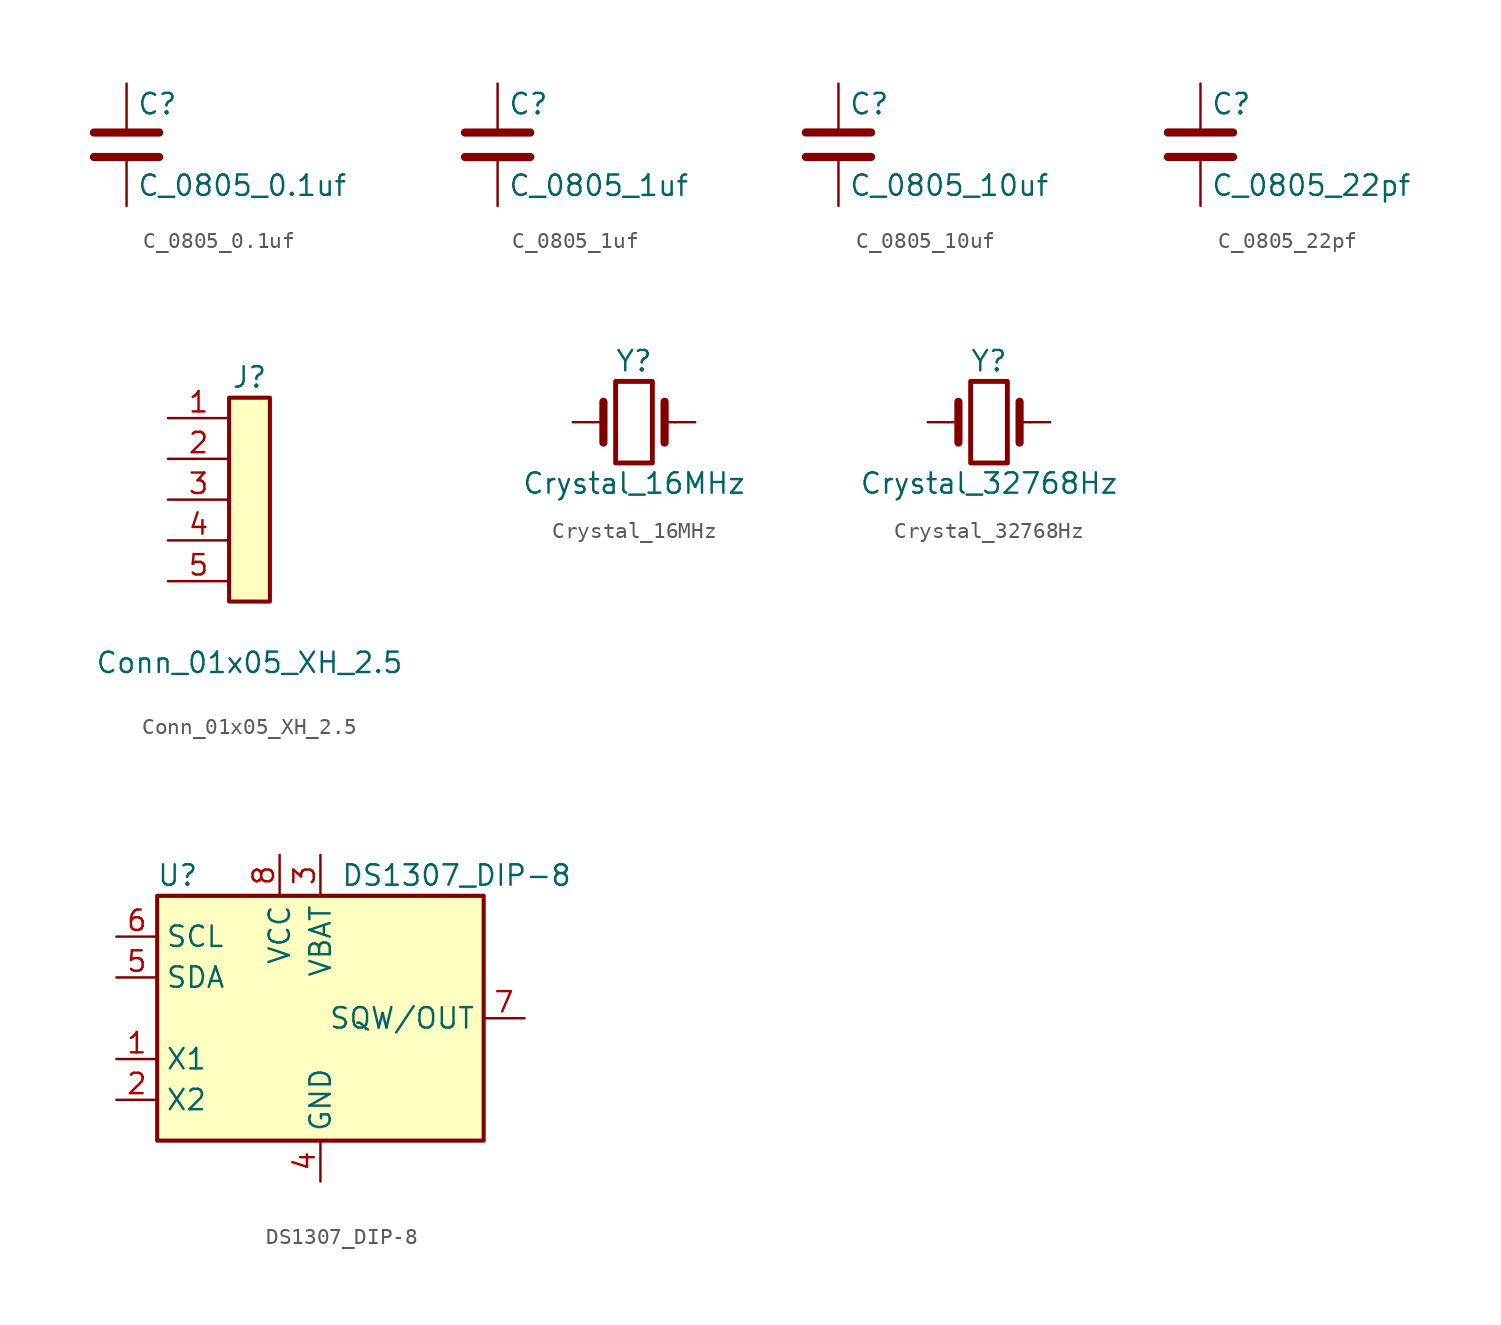
<source format=kicad_sym>
(kicad_symbol_lib
  (version 20211014)
  (generator kicad_symbol_editor)
  (symbol "C_0805_0.1uf"
    (pin_numbers hide)
    (pin_names
      (offset 0.254))
    (property "Reference" "C"
      (at 0.635 2.54 0)
      (effects (font (size 1.27 1.27)) (justify left)))
    (property "Value" "C_0805_0.1uf"
      (at 0.635 -2.54 0)
      (effects (font (size 1.27 1.27)) (justify left)))
    (symbol "C_0805_0.1uf_0_1"
      (polyline (pts (xy -2.032 -0.762) (xy 2.032 -0.762)) (stroke (width 0.508) (type default) (color 0 0 0 0)) (fill (type none)))
      (polyline (pts (xy -2.032 0.762) (xy 2.032 0.762)) (stroke (width 0.508) (type default) (color 0 0 0 0)) (fill (type none))))
    (symbol "C_0805_0.1uf_1_1"
      (pin passive line (at 0 3.81 270) (length 2.794) (name "~" (effects (font (size 1.27 1.27)))) (number "1" (effects (font (size 1.27 1.27)))))
      (pin passive line (at 0 -3.81 90) (length 2.794) (name "~" (effects (font (size 1.27 1.27)))) (number "2" (effects (font (size 1.27 1.27)))))))
  (symbol "C_0805_1uf"
    (pin_numbers hide)
    (pin_names
      (offset 0.254))
    (property "Reference" "C"
      (at 0.635 2.54 0)
      (effects (font (size 1.27 1.27)) (justify left)))
    (property "Value" "C_0805_1uf"
      (at 0.635 -2.54 0)
      (effects (font (size 1.27 1.27)) (justify left)))
    (symbol "C_0805_1uf_0_1"
      (polyline (pts (xy -2.032 -0.762) (xy 2.032 -0.762)) (stroke (width 0.508) (type default) (color 0 0 0 0)) (fill (type none)))
      (polyline (pts (xy -2.032 0.762) (xy 2.032 0.762)) (stroke (width 0.508) (type default) (color 0 0 0 0)) (fill (type none))))
    (symbol "C_0805_1uf_1_1"
      (pin passive line (at 0 3.81 270) (length 2.794) (name "~" (effects (font (size 1.27 1.27)))) (number "1" (effects (font (size 1.27 1.27)))))
      (pin passive line (at 0 -3.81 90) (length 2.794) (name "~" (effects (font (size 1.27 1.27)))) (number "2" (effects (font (size 1.27 1.27)))))))
  (symbol "C_0805_10uf"
    (pin_numbers hide)
    (pin_names
      (offset 0.254))
    (property "Reference" "C"
      (at 0.635 2.54 0)
      (effects (font (size 1.27 1.27)) (justify left)))
    (property "Value" "C_0805_10uf"
      (at 0.635 -2.54 0)
      (effects (font (size 1.27 1.27)) (justify left)))
    (symbol "C_0805_10uf_0_1"
      (polyline (pts (xy -2.032 -0.762) (xy 2.032 -0.762)) (stroke (width 0.508) (type default) (color 0 0 0 0)) (fill (type none)))
      (polyline (pts (xy -2.032 0.762) (xy 2.032 0.762)) (stroke (width 0.508) (type default) (color 0 0 0 0)) (fill (type none))))
    (symbol "C_0805_10uf_1_1"
      (pin passive line (at 0 3.81 270) (length 2.794) (name "~" (effects (font (size 1.27 1.27)))) (number "1" (effects (font (size 1.27 1.27)))))
      (pin passive line (at 0 -3.81 90) (length 2.794) (name "~" (effects (font (size 1.27 1.27)))) (number "2" (effects (font (size 1.27 1.27)))))))
  (symbol "C_0805_22pf"
    (pin_numbers hide)
    (pin_names
      (offset 0.254))
    (property "Reference" "C"
      (at 0.635 2.54 0)
      (effects (font (size 1.27 1.27)) (justify left)))
    (property "Value" "C_0805_22pf"
      (at 0.635 -2.54 0)
      (effects (font (size 1.27 1.27)) (justify left)))
    (symbol "C_0805_22pf_0_1"
      (polyline (pts (xy -2.032 -0.762) (xy 2.032 -0.762)) (stroke (width 0.508) (type default) (color 0 0 0 0)) (fill (type none)))
      (polyline (pts (xy -2.032 0.762) (xy 2.032 0.762)) (stroke (width 0.508) (type default) (color 0 0 0 0)) (fill (type none))))
    (symbol "C_0805_22pf_1_1"
      (pin passive line (at 0 3.81 270) (length 2.794) (name "~" (effects (font (size 1.27 1.27)))) (number "1" (effects (font (size 1.27 1.27)))))
      (pin passive line (at 0 -3.81 90) (length 2.794) (name "~" (effects (font (size 1.27 1.27)))) (number "2" (effects (font (size 1.27 1.27)))))))
  (symbol "Conn_01x05_XH_2.5"
    (pin_names
      (offset 1.016) hide)
    (property "Reference" "J"
      (at 0 7.62 0)
      (effects (font (size 1.27 1.27))))
    (property "Value" "Conn_01x05_XH_2.5"
      (at 0 -10.16 0)
      (effects (font (size 1.27 1.27))))
    (symbol "Conn_01x05_XH_2.5_1_1"
      (rectangle (start -1.27 6.35) (end 1.27 -6.35) (stroke (width 0.254) (type default) (color 0 0 0 0)) (fill (type background)))
      (pin passive line (at -5.08 5.08 0) (length 3.81) (name "Pin_1" (effects (font (size 1.27 1.27)))) (number "1" (effects (font (size 1.27 1.27)))))
      (pin passive line (at -5.08 2.54 0) (length 3.81) (name "Pin_2" (effects (font (size 1.27 1.27)))) (number "2" (effects (font (size 1.27 1.27)))))
      (pin passive line (at -5.08 0 0) (length 3.81) (name "Pin_3" (effects (font (size 1.27 1.27)))) (number "3" (effects (font (size 1.27 1.27)))))
      (pin passive line (at -5.08 -2.54 0) (length 3.81) (name "Pin_4" (effects (font (size 1.27 1.27)))) (number "4" (effects (font (size 1.27 1.27)))))
      (pin passive line (at -5.08 -5.08 0) (length 3.81) (name "Pin_5" (effects (font (size 1.27 1.27)))) (number "5" (effects (font (size 1.27 1.27)))))))
  (symbol "Crystal_16MHz"
    (pin_numbers hide)
    (pin_names
      (offset 1.016) hide)
    (property "Reference" "Y"
      (at 0 3.81 0)
      (effects (font (size 1.27 1.27))))
    (property "Value" "Crystal_16MHz"
      (at 0 -3.81 0)
      (effects (font (size 1.27 1.27))))
    (symbol "Crystal_16MHz_0_1"
      (rectangle (start -1.143 2.54) (end 1.143 -2.54) (stroke (width 0.305) (type default) (color 0 0 0 0)) (fill (type none)))
      (polyline (pts (xy -2.54 0) (xy -1.905 0)) (stroke (width 0) (type default) (color 0 0 0 0)) (fill (type none)))
      (polyline (pts (xy -1.905 -1.27) (xy -1.905 1.27)) (stroke (width 0.508) (type default) (color 0 0 0 0)) (fill (type none)))
      (polyline (pts (xy 1.905 -1.27) (xy 1.905 1.27)) (stroke (width 0.508) (type default) (color 0 0 0 0)) (fill (type none)))
      (polyline (pts (xy 2.54 0) (xy 1.905 0)) (stroke (width 0) (type default) (color 0 0 0 0)) (fill (type none))))
    (symbol "Crystal_16MHz_1_1"
      (pin passive line (at -3.81 0 0) (length 1.27) (name "1" (effects (font (size 1.27 1.27)))) (number "1" (effects (font (size 1.27 1.27)))))
      (pin passive line (at 3.81 0 180) (length 1.27) (name "2" (effects (font (size 1.27 1.27)))) (number "2" (effects (font (size 1.27 1.27)))))))
  (symbol "Crystal_32768Hz"
    (pin_numbers hide)
    (pin_names
      (offset 1.016) hide)
    (property "Reference" "Y"
      (at 0 3.81 0)
      (effects (font (size 1.27 1.27))))
    (property "Value" "Crystal_32768Hz"
      (at 0 -3.81 0)
      (effects (font (size 1.27 1.27))))
    (symbol "Crystal_32768Hz_0_1"
      (rectangle (start -1.143 2.54) (end 1.143 -2.54) (stroke (width 0.305) (type default) (color 0 0 0 0)) (fill (type none)))
      (polyline (pts (xy -2.54 0) (xy -1.905 0)) (stroke (width 0) (type default) (color 0 0 0 0)) (fill (type none)))
      (polyline (pts (xy -1.905 -1.27) (xy -1.905 1.27)) (stroke (width 0.508) (type default) (color 0 0 0 0)) (fill (type none)))
      (polyline (pts (xy 1.905 -1.27) (xy 1.905 1.27)) (stroke (width 0.508) (type default) (color 0 0 0 0)) (fill (type none)))
      (polyline (pts (xy 2.54 0) (xy 1.905 0)) (stroke (width 0) (type default) (color 0 0 0 0)) (fill (type none))))
    (symbol "Crystal_32768Hz_1_1"
      (pin passive line (at -3.81 0 0) (length 1.27) (name "1" (effects (font (size 1.27 1.27)))) (number "1" (effects (font (size 1.27 1.27)))))
      (pin passive line (at 3.81 0 180) (length 1.27) (name "2" (effects (font (size 1.27 1.27)))) (number "2" (effects (font (size 1.27 1.27)))))))
  (symbol "DS1307_DIP-8"
    (property "Reference" "U"
      (at -8.89 8.89 0)
      (effects (font (size 1.27 1.27))))
    (property "Value" "DS1307_DIP-8"
      (at 1.27 8.89 0)
      (effects (font (size 1.27 1.27)) (justify left)))
    (symbol "DS1307_DIP-8_0_1"
      (rectangle (start -10.16 7.62) (end 10.16 -7.62) (stroke (width 0.254) (type default) (color 0 0 0 0)) (fill (type background))))
    (symbol "DS1307_DIP-8_1_1"
      (pin input line (at -12.7 -2.54 0) (length 2.54) (name "X1" (effects (font (size 1.27 1.27)))) (number "1" (effects (font (size 1.27 1.27)))))
      (pin input line (at -12.7 -5.08 0) (length 2.54) (name "X2" (effects (font (size 1.27 1.27)))) (number "2" (effects (font (size 1.27 1.27)))))
      (pin power_in line (at 0 10.16 270) (length 2.54) (name "VBAT" (effects (font (size 1.27 1.27)))) (number "3" (effects (font (size 1.27 1.27)))))
      (pin power_in line (at 0 -10.16 90) (length 2.54) (name "GND" (effects (font (size 1.27 1.27)))) (number "4" (effects (font (size 1.27 1.27)))))
      (pin bidirectional line (at -12.7 2.54 0) (length 2.54) (name "SDA" (effects (font (size 1.27 1.27)))) (number "5" (effects (font (size 1.27 1.27)))))
      (pin input line (at -12.7 5.08 0) (length 2.54) (name "SCL" (effects (font (size 1.27 1.27)))) (number "6" (effects (font (size 1.27 1.27)))))
      (pin open_collector line (at 12.7 0 180) (length 2.54) (name "SQW/OUT" (effects (font (size 1.27 1.27)))) (number "7" (effects (font (size 1.27 1.27)))))
      (pin power_in line (at -2.54 10.16 270) (length 2.54) (name "VCC" (effects (font (size 1.27 1.27)))) (number "8" (effects (font (size 1.27 1.27))))))))
</source>
